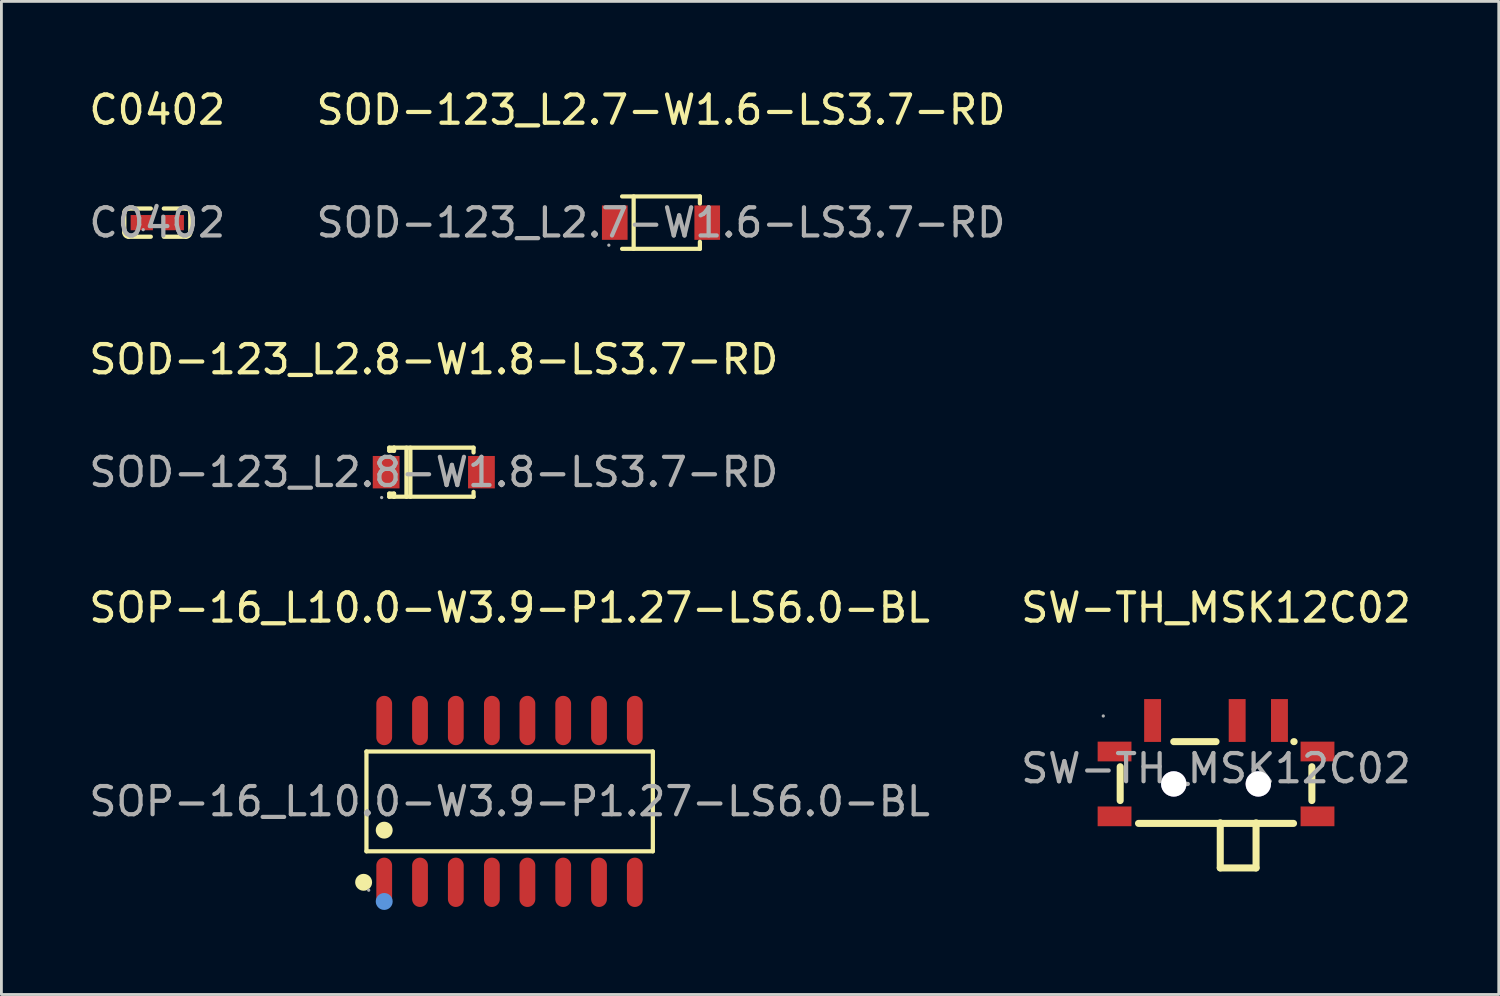
<source format=kicad_pcb>
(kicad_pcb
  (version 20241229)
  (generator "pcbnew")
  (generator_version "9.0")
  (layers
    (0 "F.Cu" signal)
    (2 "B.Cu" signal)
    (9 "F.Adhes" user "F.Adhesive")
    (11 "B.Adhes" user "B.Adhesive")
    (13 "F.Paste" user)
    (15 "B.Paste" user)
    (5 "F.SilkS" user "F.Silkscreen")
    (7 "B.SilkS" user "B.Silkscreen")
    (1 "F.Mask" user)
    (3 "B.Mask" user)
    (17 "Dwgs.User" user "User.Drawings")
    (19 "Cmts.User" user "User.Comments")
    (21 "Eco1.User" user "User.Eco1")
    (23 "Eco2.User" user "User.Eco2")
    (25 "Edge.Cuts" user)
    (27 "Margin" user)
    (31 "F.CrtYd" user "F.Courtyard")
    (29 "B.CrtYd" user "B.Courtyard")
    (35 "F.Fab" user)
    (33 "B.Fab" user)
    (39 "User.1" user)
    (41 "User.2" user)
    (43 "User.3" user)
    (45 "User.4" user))
  (footprint "C0402"
    (layer "F.Cu")
    (at 2.53 4.848)
    (property "Reference" "C0402" (at 0 -4 0) (layer "F.SilkS") (effects (font (size 1 1) (thickness 0.15))))
    (attr smd)
    (fp_line (start -1.17 0.35) (end -1.17 -0.35) (stroke (width 0.15) (type solid)) (layer "F.SilkS"))
    (fp_line (start -1.02 -0.5) (end -0.23 -0.5) (stroke (width 0.15) (type solid)) (layer "F.SilkS"))
    (fp_line (start -0.23 0.5) (end -1.02 0.5) (stroke (width 0.15) (type solid)) (layer "F.SilkS"))
    (fp_line (start 0.23 0.5) (end 1.02 0.5) (stroke (width 0.15) (type solid)) (layer "F.SilkS"))
    (fp_line (start 1.02 -0.5) (end 0.23 -0.5) (stroke (width 0.15) (type solid)) (layer "F.SilkS"))
    (fp_line (start 1.17 0.35) (end 1.17 -0.35) (stroke (width 0.15) (type solid)) (layer "F.SilkS"))
    (fp_arc (start -1.17 -0.35) (mid -1.126066 -0.456066) (end -1.02 -0.5) (stroke (width 0.15) (type solid)) (layer "F.SilkS"))
    (fp_arc (start -1.02 0.5) (mid -1.126066 0.456066) (end -1.17 0.35) (stroke (width 0.15) (type solid)) (layer "F.SilkS"))
    (fp_arc (start 1.02 -0.5) (mid 1.126066 -0.456066) (end 1.17 -0.35) (stroke (width 0.15) (type solid)) (layer "F.SilkS"))
    (fp_arc (start 1.17 0.35) (mid 1.126066 0.456066) (end 1.02 0.5) (stroke (width 0.15) (type solid)) (layer "F.SilkS"))
    (fp_circle (center -0.5 0.25) (end -0.47 0.25) (stroke (width 0.06) (type solid)) (fill no) (layer "F.Fab"))
    (fp_text user "${REFERENCE}" (at 0 0 0) (layer "F.Fab") (effects (font (size 1 1) (thickness 0.15))))
    (pad "1" smd rect (at -0.55 0) (size 0.79 0.54) (layers "F.Cu" "F.Mask" "F.Paste"))
    (pad "2" smd rect (at 0.55 0) (size 0.79 0.54) (layers "F.Cu" "F.Mask" "F.Paste")))
  (footprint "SOD-123_L2.7-W1.6-LS3.7-RD"
    (layer "F.Cu")
    (at 20.399 4.848)
    (property "Reference" "SOD-123_L2.7-W1.6-LS3.7-RD" (at 0 -4 0) (layer "F.SilkS") (effects (font (size 1 1) (thickness 0.15))))
    (attr smd)
    (fp_line (start -1.38 -0.93) (end 1.38 -0.93) (stroke (width 0.15) (type solid)) (layer "F.SilkS"))
    (fp_line (start -1.38 0.93) (end 1.38 0.93) (stroke (width 0.15) (type solid)) (layer "F.SilkS"))
    (fp_line (start -0.97 -0.93) (end -0.97 0.93) (stroke (width 0.15) (type solid)) (layer "F.SilkS"))
    (fp_line (start 1.38 -0.93) (end 1.38 -0.68) (stroke (width 0.15) (type solid)) (layer "F.SilkS"))
    (fp_line (start 1.38 0.93) (end 1.38 0.68) (stroke (width 0.15) (type solid)) (layer "F.SilkS"))
    (fp_circle (center -1.85 0.8) (end -1.82 0.8) (stroke (width 0.06) (type solid)) (fill no) (layer "F.Fab"))
    (fp_text user "${REFERENCE}" (at 0 0 0) (layer "F.Fab") (effects (font (size 1 1) (thickness 0.15))))
    (pad "1" smd rect (at -1.64 0) (size 0.91 1.22) (layers "F.Cu" "F.Mask" "F.Paste"))
    (pad "2" smd rect (at 1.64 0) (size 0.91 1.22) (layers "F.Cu" "F.Mask" "F.Paste")))
  (footprint "SOD-123_L2.8-W1.8-LS3.7-RD"
    (layer "F.Cu")
    (at 12.339 13.701)
    (property "Reference" "SOD-123_L2.8-W1.8-LS3.7-RD" (at 0 -4 0) (layer "F.SilkS") (effects (font (size 1 1) (thickness 0.15))))
    (attr smd)
    (fp_line (start -1.58 -0.87) (end -1.41 -0.87) (stroke (width 0.15) (type solid)) (layer "F.SilkS"))
    (fp_line (start -1.58 -0.76) (end -1.58 -0.87) (stroke (width 0.15) (type solid)) (layer "F.SilkS"))
    (fp_line (start -1.58 -0.76) (end -1.41 -0.76) (stroke (width 0.15) (type solid)) (layer "F.SilkS"))
    (fp_line (start -1.58 0.76) (end -1.41 0.76) (stroke (width 0.15) (type solid)) (layer "F.SilkS"))
    (fp_line (start -1.58 0.87) (end -1.58 0.76) (stroke (width 0.15) (type solid)) (layer "F.SilkS"))
    (fp_line (start -1.41 -0.87) (end -1.41 -0.76) (stroke (width 0.15) (type solid)) (layer "F.SilkS"))
    (fp_line (start -1.41 -0.87) (end 1.41 -0.87) (stroke (width 0.15) (type solid)) (layer "F.SilkS"))
    (fp_line (start -1.41 0.76) (end -1.41 0.87) (stroke (width 0.15) (type solid)) (layer "F.SilkS"))
    (fp_line (start -1.41 0.87) (end -1.58 0.87) (stroke (width 0.15) (type solid)) (layer "F.SilkS"))
    (fp_line (start -1.41 0.87) (end 1.41 0.87) (stroke (width 0.15) (type solid)) (layer "F.SilkS"))
    (fp_line (start -0.97 -0.87) (end -0.97 0.87) (stroke (width 0.15) (type solid)) (layer "F.SilkS"))
    (fp_line (start -0.83 -0.87) (end -0.83 0.87) (stroke (width 0.15) (type solid)) (layer "F.SilkS"))
    (fp_line (start 1.41 -0.87) (end 1.41 -0.7) (stroke (width 0.15) (type solid)) (layer "F.SilkS"))
    (fp_line (start 1.41 0.87) (end 1.41 0.7) (stroke (width 0.15) (type solid)) (layer "F.SilkS"))
    (fp_circle (center -1.85 0.9) (end -1.82 0.9) (stroke (width 0.06) (type solid)) (fill no) (layer "F.Fab"))
    (fp_text user "${REFERENCE}" (at 0 0 0) (layer "F.Fab") (effects (font (size 1 1) (thickness 0.15))))
    (pad "1" smd rect (at -1.69 0) (size 0.95 1.15) (layers "F.Cu" "F.Mask" "F.Paste"))
    (pad "2" smd rect (at 1.69 0) (size 0.95 1.15) (layers "F.Cu" "F.Mask" "F.Paste")))
  (footprint "SW-TH_MSK12C02"
    (layer "F.Cu")
    (at 40.089 24.21)
    (property "Reference" "SW-TH_MSK12C02" (at 0 -5.7 0) (layer "F.SilkS") (effects (font (size 1 1) (thickness 0.15))))
    (attr through_hole)
    (fp_line (start -3.4 -0.06) (end -3.4 1.14) (stroke (width 0.25) (type solid)) (layer "F.SilkS"))
    (fp_line (start -2.75 1.95) (end 2.75 1.95) (stroke (width 0.25) (type solid)) (layer "F.SilkS"))
    (fp_line (start -1.5 -0.95) (end 0 -0.95) (stroke (width 0.25) (type solid)) (layer "F.SilkS"))
    (fp_line (start 0.15 1.93) (end 0.15 3.53) (stroke (width 0.25) (type solid)) (layer "F.SilkS"))
    (fp_line (start 0.15 3.53) (end 1.42 3.53) (stroke (width 0.25) (type solid)) (layer "F.SilkS"))
    (fp_line (start 1.42 3.53) (end 1.42 1.93) (stroke (width 0.25) (type solid)) (layer "F.SilkS"))
    (fp_line (start 2.77 -0.95) (end 2.76 -0.95) (stroke (width 0.25) (type solid)) (layer "F.SilkS"))
    (fp_line (start 3.4 -0.06) (end 3.4 1.14) (stroke (width 0.25) (type solid)) (layer "F.SilkS"))
    (fp_circle (center -1.5 0.55) (end -1.31 0.55) (stroke (width 0.38) (type solid)) (fill no) (layer "Cmts.User"))
    (fp_circle (center 1.5 0.55) (end 1.69 0.55) (stroke (width 0.38) (type solid)) (fill no) (layer "Cmts.User"))
    (fp_circle (center -4 -1.86) (end -3.97 -1.86) (stroke (width 0.06) (type solid)) (fill no) (layer "F.Fab"))
    (fp_text user "${REFERENCE}" (at 0 0 0) (layer "F.Fab") (effects (font (size 1 1) (thickness 0.15))))
    (pad "" thru_hole circle (at -1.5 0.55) (size 0.9 0.9) (drill 0.9) (layers "*.Cu" "*.Mask"))
    (pad "" thru_hole circle (at 1.5 0.55) (size 0.9 0.9) (drill 0.9) (layers "*.Cu" "*.Mask"))
    (pad "1" smd rect (at -2.25 -1.7 90) (size 1.52 0.6) (layers "F.Cu" "F.Mask" "F.Paste"))
    (pad "2" smd rect (at 0.75 -1.7 90) (size 1.52 0.6) (layers "F.Cu" "F.Mask" "F.Paste"))
    (pad "3" smd rect (at 2.25 -1.7 90) (size 1.52 0.6) (layers "F.Cu" "F.Mask" "F.Paste"))
    (pad "4" smd rect (at -3.6 -0.6 180) (size 1.2 0.7) (layers "F.Cu" "F.Mask" "F.Paste"))
    (pad "4" smd rect (at -3.6 1.7 180) (size 1.2 0.7) (layers "F.Cu" "F.Mask" "F.Paste"))
    (pad "4" smd rect (at 3.6 -0.6 180) (size 1.2 0.7) (layers "F.Cu" "F.Mask" "F.Paste"))
    (pad "4" smd rect (at 3.6 1.7 180) (size 1.2 0.7) (layers "F.Cu" "F.Mask" "F.Paste")))
  (footprint "SOP-16_L10.0-W3.9-P1.27-LS6.0-BL"
    (layer "F.Cu")
    (at 15.03 25.38)
    (property "Reference" "SOP-16_L10.0-W3.9-P1.27-LS6.0-BL" (at 0 -6.87 0) (layer "F.SilkS") (effects (font (size 1 1) (thickness 0.15))))
    (attr smd)
    (fp_line (start -5.08 -1.77) (end 5.08 -1.77) (stroke (width 0.15) (type solid)) (layer "F.SilkS"))
    (fp_line (start -5.08 1.77) (end -5.08 -1.77) (stroke (width 0.15) (type solid)) (layer "F.SilkS"))
    (fp_line (start 5.08 -1.77) (end 5.08 1.77) (stroke (width 0.15) (type solid)) (layer "F.SilkS"))
    (fp_line (start 5.08 1.77) (end -5.08 1.77) (stroke (width 0.15) (type solid)) (layer "F.SilkS"))
    (fp_circle (center -5.18 2.87) (end -5.03 2.87) (stroke (width 0.3) (type solid)) (fill no) (layer "F.SilkS"))
    (fp_circle (center -4.45 1.02) (end -4.3 1.02) (stroke (width 0.3) (type solid)) (fill no) (layer "F.SilkS"))
    (fp_circle (center -4.45 3.55) (end -4.3 3.55) (stroke (width 0.3) (type solid)) (fill no) (layer "Cmts.User"))
    (fp_circle (center -5 3.15) (end -4.97 3.15) (stroke (width 0.06) (type solid)) (fill no) (layer "F.Fab"))
    (fp_text user "${REFERENCE}" (at 0 0 0) (layer "F.Fab") (effects (font (size 1 1) (thickness 0.15))))
    (pad "1" smd oval (at -4.45 2.87) (size 0.56 1.75) (layers "F.Cu" "F.Mask" "F.Paste"))
    (pad "2" smd oval (at -3.18 2.87) (size 0.56 1.75) (layers "F.Cu" "F.Mask" "F.Paste"))
    (pad "3" smd oval (at -1.91 2.87) (size 0.56 1.75) (layers "F.Cu" "F.Mask" "F.Paste"))
    (pad "4" smd oval (at -0.63 2.87) (size 0.56 1.75) (layers "F.Cu" "F.Mask" "F.Paste"))
    (pad "5" smd oval (at 0.63 2.87) (size 0.56 1.75) (layers "F.Cu" "F.Mask" "F.Paste"))
    (pad "6" smd oval (at 1.9 2.87) (size 0.56 1.75) (layers "F.Cu" "F.Mask" "F.Paste"))
    (pad "7" smd oval (at 3.17 2.87) (size 0.56 1.75) (layers "F.Cu" "F.Mask" "F.Paste"))
    (pad "8" smd oval (at 4.44 2.87) (size 0.56 1.75) (layers "F.Cu" "F.Mask" "F.Paste"))
    (pad "9" smd oval (at 4.44 -2.87) (size 0.56 1.75) (layers "F.Cu" "F.Mask" "F.Paste"))
    (pad "10" smd oval (at 3.17 -2.87) (size 0.56 1.75) (layers "F.Cu" "F.Mask" "F.Paste"))
    (pad "11" smd oval (at 1.9 -2.87) (size 0.56 1.75) (layers "F.Cu" "F.Mask" "F.Paste"))
    (pad "12" smd oval (at 0.63 -2.87) (size 0.56 1.75) (layers "F.Cu" "F.Mask" "F.Paste"))
    (pad "13" smd oval (at -0.63 -2.87) (size 0.56 1.75) (layers "F.Cu" "F.Mask" "F.Paste"))
    (pad "14" smd oval (at -1.91 -2.87) (size 0.56 1.75) (layers "F.Cu" "F.Mask" "F.Paste"))
    (pad "15" smd oval (at -3.18 -2.87) (size 0.56 1.75) (layers "F.Cu" "F.Mask" "F.Paste"))
    (pad "16" smd oval (at -4.45 -2.87) (size 0.56 1.75) (layers "F.Cu" "F.Mask" "F.Paste")))
  (gr_rect
    (start -3 -3)
    (end 50.119 32.23)
    (stroke (width 0.1) (type default))
    (fill no)
    (layer "Edge.Cuts")))
</source>
